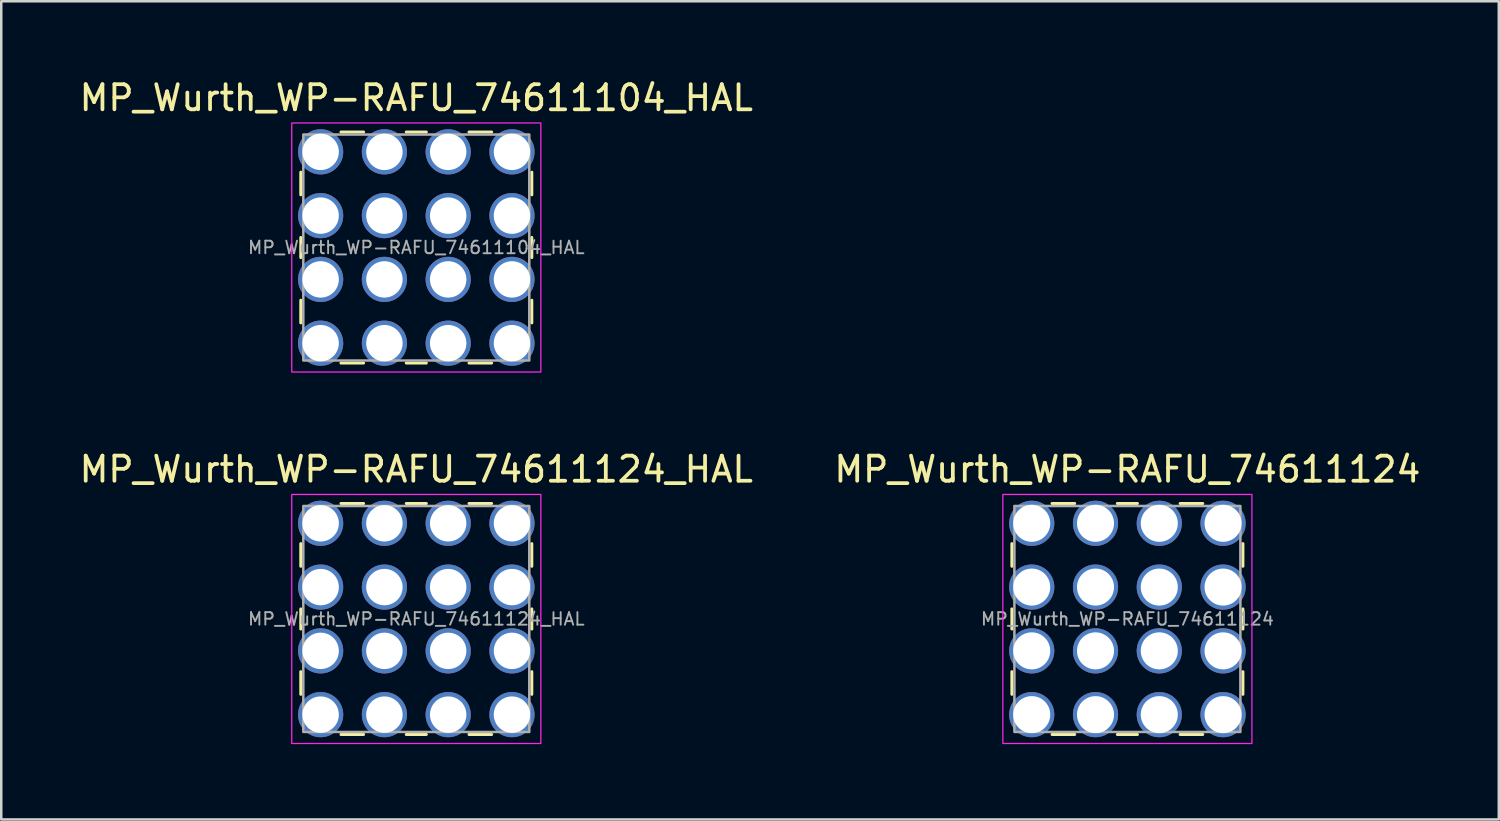
<source format=kicad_pcb>
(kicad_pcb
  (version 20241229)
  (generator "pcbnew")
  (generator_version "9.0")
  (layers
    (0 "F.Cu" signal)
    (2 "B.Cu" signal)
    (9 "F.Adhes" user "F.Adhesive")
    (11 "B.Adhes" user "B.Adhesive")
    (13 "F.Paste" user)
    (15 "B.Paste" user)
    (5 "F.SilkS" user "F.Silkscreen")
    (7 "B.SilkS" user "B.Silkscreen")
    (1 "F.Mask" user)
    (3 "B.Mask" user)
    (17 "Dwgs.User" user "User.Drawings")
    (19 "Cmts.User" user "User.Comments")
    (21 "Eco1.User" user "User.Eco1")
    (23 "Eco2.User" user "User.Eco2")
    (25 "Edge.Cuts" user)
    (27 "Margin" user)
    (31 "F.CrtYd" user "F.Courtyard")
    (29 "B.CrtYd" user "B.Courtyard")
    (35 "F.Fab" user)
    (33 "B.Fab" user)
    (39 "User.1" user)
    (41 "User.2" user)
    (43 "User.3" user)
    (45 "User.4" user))
  (footprint "MP_Wurth_WP-RAFU_74611124"
    (layer "F.Cu")
    (at 41.851 21.602)
    (property "Reference" "MP_Wurth_WP-RAFU_74611124" (at 0 -5.96 0) (unlocked yes) (layer "F.SilkS") (effects (font (size 1 1) (thickness 0.15))))
    (attr through_hole)
    (fp_line (start -4.6 -2.1) (end -4.6 -3) (stroke (width 0.12) (type solid)) (layer "F.SilkS"))
    (fp_line (start -4.6 0.4) (end -4.6 -0.4) (stroke (width 0.12) (type solid)) (layer "F.SilkS"))
    (fp_line (start -4.6 3) (end -4.6 2.1) (stroke (width 0.12) (type solid)) (layer "F.SilkS"))
    (fp_line (start -3 -4.6) (end -2.1 -4.6) (stroke (width 0.12) (type solid)) (layer "F.SilkS"))
    (fp_line (start -2.1 4.6) (end -3 4.6) (stroke (width 0.12) (type solid)) (layer "F.SilkS"))
    (fp_line (start -0.4 -4.6) (end 0.4 -4.6) (stroke (width 0.12) (type solid)) (layer "F.SilkS"))
    (fp_line (start 0.4 4.6) (end -0.4 4.6) (stroke (width 0.12) (type solid)) (layer "F.SilkS"))
    (fp_line (start 2.1 -4.6) (end 3 -4.6) (stroke (width 0.12) (type solid)) (layer "F.SilkS"))
    (fp_line (start 3 4.6) (end 2.1 4.6) (stroke (width 0.12) (type solid)) (layer "F.SilkS"))
    (fp_line (start 4.6 -3) (end 4.6 -2.1) (stroke (width 0.12) (type solid)) (layer "F.SilkS"))
    (fp_line (start 4.6 -0.4) (end 4.6 0.4) (stroke (width 0.12) (type solid)) (layer "F.SilkS"))
    (fp_line (start 4.6 2.1) (end 4.6 3) (stroke (width 0.12) (type solid)) (layer "F.SilkS"))
    (fp_rect (start -4.96 -4.96) (end 4.96 4.96) (stroke (width 0.05) (type solid)) (fill no) (layer "F.CrtYd"))
    (fp_rect (start -4.5 -4.5) (end 4.5 4.5) (stroke (width 0.1) (type solid)) (fill no) (layer "F.Fab"))
    (fp_text user "${REFERENCE}" (at 0 0 0) (unlocked yes) (layer "F.Fab") (effects (font (size 0.5 0.5) (thickness 0.075))))
    (pad "1" thru_hole circle (at -3.81 -3.81) (size 1.8 1.8) (drill 1.475) (layers "*.Cu" "*.Mask"))
    (pad "1" thru_hole circle (at -3.81 -1.27) (size 1.8 1.8) (drill 1.475) (layers "*.Cu" "*.Mask"))
    (pad "1" thru_hole circle (at -3.81 1.27) (size 1.8 1.8) (drill 1.475) (layers "*.Cu" "*.Mask"))
    (pad "1" thru_hole circle (at -3.81 3.81) (size 1.8 1.8) (drill 1.475) (layers "*.Cu" "*.Mask"))
    (pad "1" thru_hole circle (at -1.27 -3.81) (size 1.8 1.8) (drill 1.475) (layers "*.Cu" "*.Mask"))
    (pad "1" thru_hole circle (at -1.27 -1.27) (size 1.8 1.8) (drill 1.475) (layers "*.Cu" "*.Mask"))
    (pad "1" thru_hole circle (at -1.27 1.27) (size 1.8 1.8) (drill 1.475) (layers "*.Cu" "*.Mask"))
    (pad "1" thru_hole circle (at -1.27 3.81) (size 1.8 1.8) (drill 1.475) (layers "*.Cu" "*.Mask"))
    (pad "1" thru_hole circle (at 1.27 -3.81) (size 1.8 1.8) (drill 1.475) (layers "*.Cu" "*.Mask"))
    (pad "1" thru_hole circle (at 1.27 -1.27) (size 1.8 1.8) (drill 1.475) (layers "*.Cu" "*.Mask"))
    (pad "1" thru_hole circle (at 1.27 1.27) (size 1.8 1.8) (drill 1.475) (layers "*.Cu" "*.Mask"))
    (pad "1" thru_hole circle (at 1.27 3.81) (size 1.8 1.8) (drill 1.475) (layers "*.Cu" "*.Mask"))
    (pad "1" thru_hole circle (at 3.81 -3.81) (size 1.8 1.8) (drill 1.475) (layers "*.Cu" "*.Mask"))
    (pad "1" thru_hole circle (at 3.81 -1.27) (size 1.8 1.8) (drill 1.475) (layers "*.Cu" "*.Mask"))
    (pad "1" thru_hole circle (at 3.81 1.27) (size 1.8 1.8) (drill 1.475) (layers "*.Cu" "*.Mask"))
    (pad "1" thru_hole circle (at 3.81 3.81) (size 1.8 1.8) (drill 1.475) (layers "*.Cu" "*.Mask")))
  (footprint "MP_Wurth_WP-RAFU_74611104_HAL"
    (layer "F.Cu")
    (at 13.53 6.808)
    (property "Reference" "MP_Wurth_WP-RAFU_74611104_HAL" (at 0 -5.96 0) (unlocked yes) (layer "F.SilkS") (effects (font (size 1 1) (thickness 0.15))))
    (attr through_hole)
    (fp_line (start -4.6 -2.1) (end -4.6 -3) (stroke (width 0.12) (type solid)) (layer "F.SilkS"))
    (fp_line (start -4.6 0.4) (end -4.6 -0.4) (stroke (width 0.12) (type solid)) (layer "F.SilkS"))
    (fp_line (start -4.6 3) (end -4.6 2.1) (stroke (width 0.12) (type solid)) (layer "F.SilkS"))
    (fp_line (start -3 -4.6) (end -2.1 -4.6) (stroke (width 0.12) (type solid)) (layer "F.SilkS"))
    (fp_line (start -2.1 4.6) (end -3 4.6) (stroke (width 0.12) (type solid)) (layer "F.SilkS"))
    (fp_line (start -0.4 -4.6) (end 0.4 -4.6) (stroke (width 0.12) (type solid)) (layer "F.SilkS"))
    (fp_line (start 0.4 4.6) (end -0.4 4.6) (stroke (width 0.12) (type solid)) (layer "F.SilkS"))
    (fp_line (start 2.1 -4.6) (end 3 -4.6) (stroke (width 0.12) (type solid)) (layer "F.SilkS"))
    (fp_line (start 3 4.6) (end 2.1 4.6) (stroke (width 0.12) (type solid)) (layer "F.SilkS"))
    (fp_line (start 4.6 -3) (end 4.6 -2.1) (stroke (width 0.12) (type solid)) (layer "F.SilkS"))
    (fp_line (start 4.6 -0.4) (end 4.6 0.4) (stroke (width 0.12) (type solid)) (layer "F.SilkS"))
    (fp_line (start 4.6 2.1) (end 4.6 3) (stroke (width 0.12) (type solid)) (layer "F.SilkS"))
    (fp_rect (start -4.96 -4.96) (end 4.96 4.96) (stroke (width 0.05) (type solid)) (fill no) (layer "F.CrtYd"))
    (fp_rect (start -4.5 -4.5) (end 4.5 4.5) (stroke (width 0.1) (type solid)) (fill no) (layer "F.Fab"))
    (fp_text user "${REFERENCE}" (at 0 0 0) (unlocked yes) (layer "F.Fab") (effects (font (size 0.5 0.5) (thickness 0.075))))
    (pad "1" thru_hole circle (at -3.81 -3.81) (size 1.8 1.8) (drill 1.45) (layers "*.Cu" "*.Mask"))
    (pad "1" thru_hole circle (at -3.81 -1.27) (size 1.8 1.8) (drill 1.45) (layers "*.Cu" "*.Mask"))
    (pad "1" thru_hole circle (at -3.81 1.27) (size 1.8 1.8) (drill 1.45) (layers "*.Cu" "*.Mask"))
    (pad "1" thru_hole circle (at -3.81 3.81) (size 1.8 1.8) (drill 1.45) (layers "*.Cu" "*.Mask"))
    (pad "1" thru_hole circle (at -1.27 -3.81) (size 1.8 1.8) (drill 1.45) (layers "*.Cu" "*.Mask"))
    (pad "1" thru_hole circle (at -1.27 -1.27) (size 1.8 1.8) (drill 1.45) (layers "*.Cu" "*.Mask"))
    (pad "1" thru_hole circle (at -1.27 1.27) (size 1.8 1.8) (drill 1.45) (layers "*.Cu" "*.Mask"))
    (pad "1" thru_hole circle (at -1.27 3.81) (size 1.8 1.8) (drill 1.45) (layers "*.Cu" "*.Mask"))
    (pad "1" thru_hole circle (at 1.27 -3.81) (size 1.8 1.8) (drill 1.45) (layers "*.Cu" "*.Mask"))
    (pad "1" thru_hole circle (at 1.27 -1.27) (size 1.8 1.8) (drill 1.45) (layers "*.Cu" "*.Mask"))
    (pad "1" thru_hole circle (at 1.27 1.27) (size 1.8 1.8) (drill 1.45) (layers "*.Cu" "*.Mask"))
    (pad "1" thru_hole circle (at 1.27 3.81) (size 1.8 1.8) (drill 1.45) (layers "*.Cu" "*.Mask"))
    (pad "1" thru_hole circle (at 3.81 -3.81) (size 1.8 1.8) (drill 1.45) (layers "*.Cu" "*.Mask"))
    (pad "1" thru_hole circle (at 3.81 -1.27) (size 1.8 1.8) (drill 1.45) (layers "*.Cu" "*.Mask"))
    (pad "1" thru_hole circle (at 3.81 1.27) (size 1.8 1.8) (drill 1.45) (layers "*.Cu" "*.Mask"))
    (pad "1" thru_hole circle (at 3.81 3.81) (size 1.8 1.8) (drill 1.45) (layers "*.Cu" "*.Mask")))
  (footprint "MP_Wurth_WP-RAFU_74611124_HAL"
    (layer "F.Cu")
    (at 13.53 21.602)
    (property "Reference" "MP_Wurth_WP-RAFU_74611124_HAL" (at 0 -5.96 0) (unlocked yes) (layer "F.SilkS") (effects (font (size 1 1) (thickness 0.15))))
    (attr through_hole)
    (fp_line (start -4.6 -2.1) (end -4.6 -3) (stroke (width 0.12) (type solid)) (layer "F.SilkS"))
    (fp_line (start -4.6 0.4) (end -4.6 -0.4) (stroke (width 0.12) (type solid)) (layer "F.SilkS"))
    (fp_line (start -4.6 3) (end -4.6 2.1) (stroke (width 0.12) (type solid)) (layer "F.SilkS"))
    (fp_line (start -3 -4.6) (end -2.1 -4.6) (stroke (width 0.12) (type solid)) (layer "F.SilkS"))
    (fp_line (start -2.1 4.6) (end -3 4.6) (stroke (width 0.12) (type solid)) (layer "F.SilkS"))
    (fp_line (start -0.4 -4.6) (end 0.4 -4.6) (stroke (width 0.12) (type solid)) (layer "F.SilkS"))
    (fp_line (start 0.4 4.6) (end -0.4 4.6) (stroke (width 0.12) (type solid)) (layer "F.SilkS"))
    (fp_line (start 2.1 -4.6) (end 3 -4.6) (stroke (width 0.12) (type solid)) (layer "F.SilkS"))
    (fp_line (start 3 4.6) (end 2.1 4.6) (stroke (width 0.12) (type solid)) (layer "F.SilkS"))
    (fp_line (start 4.6 -3) (end 4.6 -2.1) (stroke (width 0.12) (type solid)) (layer "F.SilkS"))
    (fp_line (start 4.6 -0.4) (end 4.6 0.4) (stroke (width 0.12) (type solid)) (layer "F.SilkS"))
    (fp_line (start 4.6 2.1) (end 4.6 3) (stroke (width 0.12) (type solid)) (layer "F.SilkS"))
    (fp_rect (start -4.96 -4.96) (end 4.96 4.96) (stroke (width 0.05) (type solid)) (fill no) (layer "F.CrtYd"))
    (fp_rect (start -4.5 -4.5) (end 4.5 4.5) (stroke (width 0.1) (type solid)) (fill no) (layer "F.Fab"))
    (fp_text user "${REFERENCE}" (at 0 0 0) (unlocked yes) (layer "F.Fab") (effects (font (size 0.5 0.5) (thickness 0.075))))
    (pad "1" thru_hole circle (at -3.81 -3.81) (size 1.8 1.8) (drill 1.45) (layers "*.Cu" "*.Mask"))
    (pad "1" thru_hole circle (at -3.81 -1.27) (size 1.8 1.8) (drill 1.45) (layers "*.Cu" "*.Mask"))
    (pad "1" thru_hole circle (at -3.81 1.27) (size 1.8 1.8) (drill 1.45) (layers "*.Cu" "*.Mask"))
    (pad "1" thru_hole circle (at -3.81 3.81) (size 1.8 1.8) (drill 1.45) (layers "*.Cu" "*.Mask"))
    (pad "1" thru_hole circle (at -1.27 -3.81) (size 1.8 1.8) (drill 1.45) (layers "*.Cu" "*.Mask"))
    (pad "1" thru_hole circle (at -1.27 -1.27) (size 1.8 1.8) (drill 1.45) (layers "*.Cu" "*.Mask"))
    (pad "1" thru_hole circle (at -1.27 1.27) (size 1.8 1.8) (drill 1.45) (layers "*.Cu" "*.Mask"))
    (pad "1" thru_hole circle (at -1.27 3.81) (size 1.8 1.8) (drill 1.45) (layers "*.Cu" "*.Mask"))
    (pad "1" thru_hole circle (at 1.27 -3.81) (size 1.8 1.8) (drill 1.45) (layers "*.Cu" "*.Mask"))
    (pad "1" thru_hole circle (at 1.27 -1.27) (size 1.8 1.8) (drill 1.45) (layers "*.Cu" "*.Mask"))
    (pad "1" thru_hole circle (at 1.27 1.27) (size 1.8 1.8) (drill 1.45) (layers "*.Cu" "*.Mask"))
    (pad "1" thru_hole circle (at 1.27 3.81) (size 1.8 1.8) (drill 1.45) (layers "*.Cu" "*.Mask"))
    (pad "1" thru_hole circle (at 3.81 -3.81) (size 1.8 1.8) (drill 1.45) (layers "*.Cu" "*.Mask"))
    (pad "1" thru_hole circle (at 3.81 -1.27) (size 1.8 1.8) (drill 1.45) (layers "*.Cu" "*.Mask"))
    (pad "1" thru_hole circle (at 3.81 1.27) (size 1.8 1.8) (drill 1.45) (layers "*.Cu" "*.Mask"))
    (pad "1" thru_hole circle (at 3.81 3.81) (size 1.8 1.8) (drill 1.45) (layers "*.Cu" "*.Mask")))
  (gr_rect
    (start -3 -3)
    (end 56.643 29.587)
    (stroke (width 0.1) (type default))
    (fill no)
    (layer "Edge.Cuts")))
</source>
